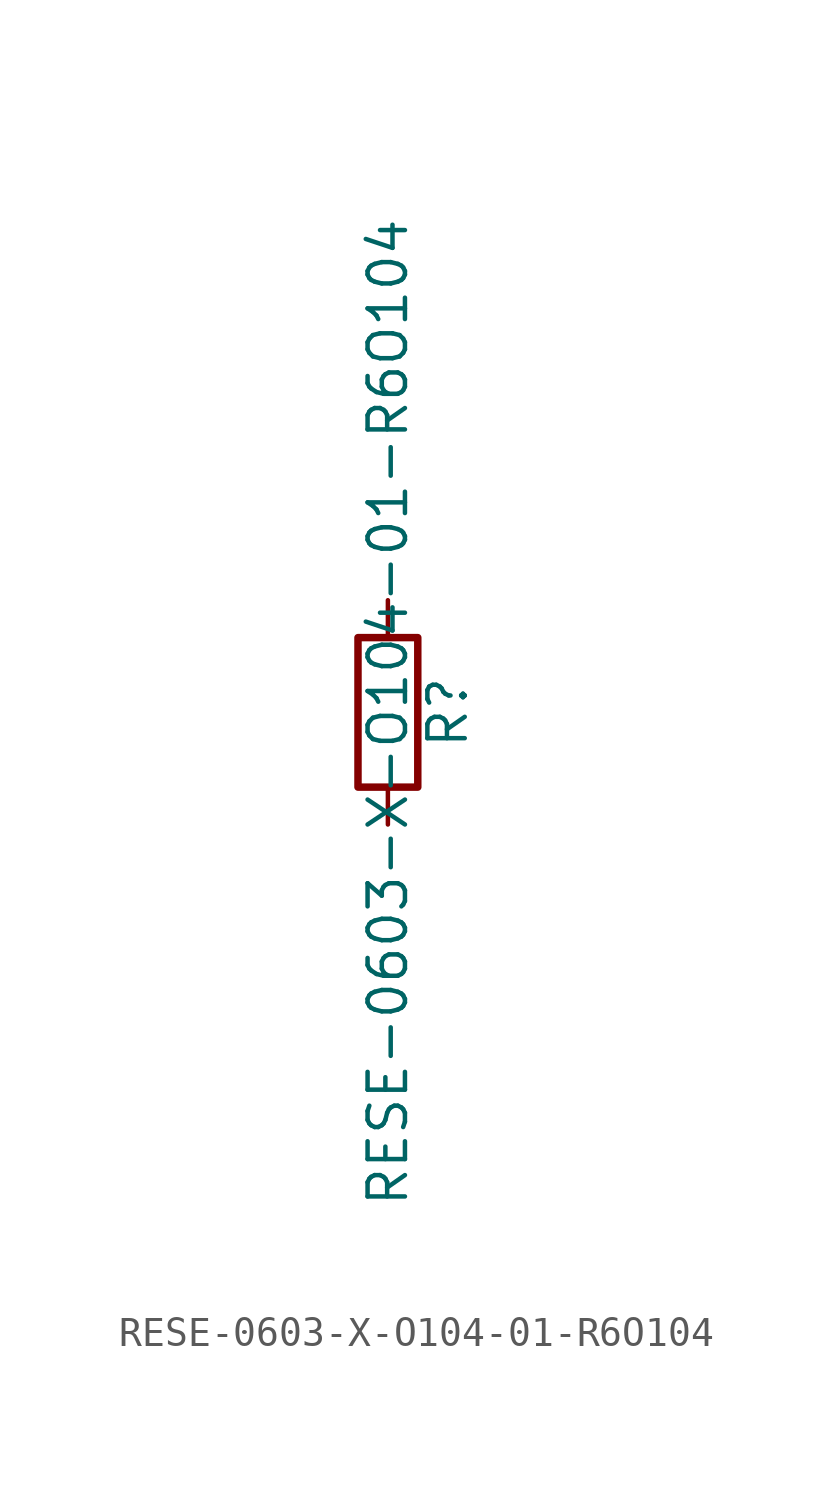
<source format=kicad_sym>
(kicad_symbol_lib
  (version 20211014)
  (generator kicad_symbol_editor)
  (symbol "RESE-0603-X-O104-01-R6O104"
    (pin_numbers hide)
    (pin_names
      (offset 0))
    (property "Reference" "R"
      (at 2.032 0 90)
      (effects (font (size 1.27 1.27))))
    (property "Value" "RESE-0603-X-O104-01-R6O104"
      (at 0 0 90)
      (effects (font (size 1.27 1.27))))
    (symbol "RESE-0603-X-O104-01-R6O104_0_1"
      (rectangle (start -1.016 -2.54) (end 1.016 2.54) (stroke (width 0.254) (type default) (color 0 0 0 0)) (fill (type none))))
    (symbol "RESE-0603-X-O104-01-R6O104_1_1"
      (pin passive line (at 0 3.81 270) (length 1.27) (name "~" (effects (font (size 1.27 1.27)))) (number "1" (effects (font (size 1.27 1.27)))))
      (pin passive line (at 0 -3.81 90) (length 1.27) (name "~" (effects (font (size 1.27 1.27)))) (number "2" (effects (font (size 1.27 1.27))))))))
</source>
